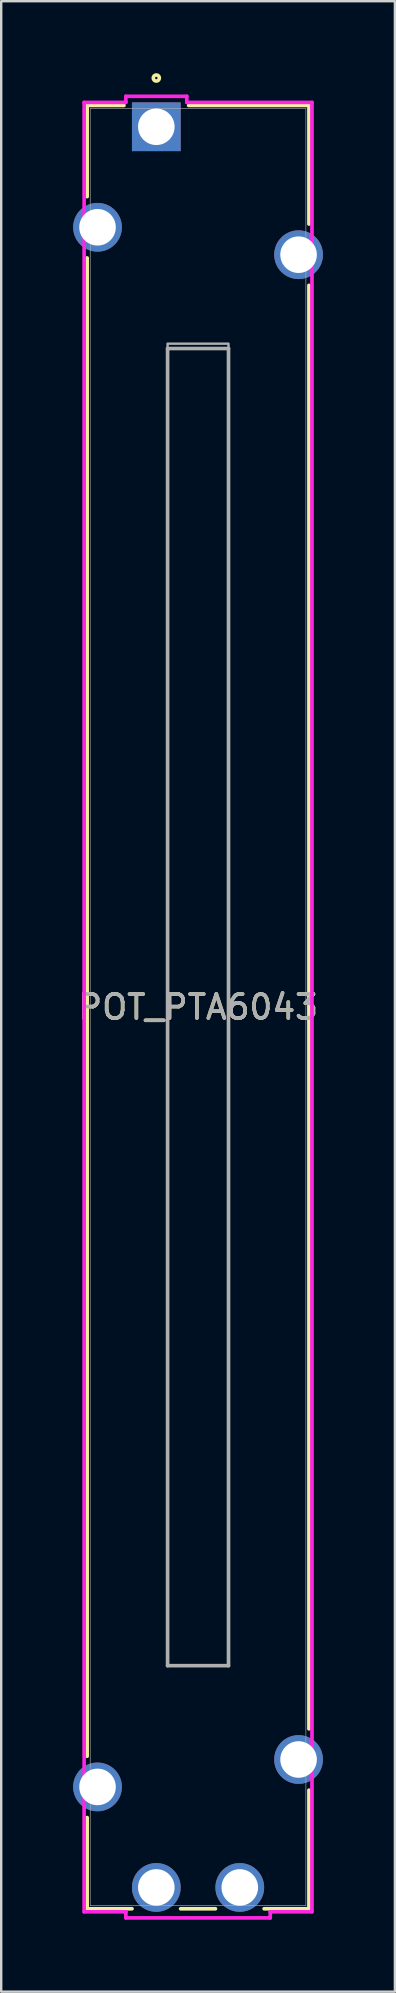
<source format=kicad_pcb>
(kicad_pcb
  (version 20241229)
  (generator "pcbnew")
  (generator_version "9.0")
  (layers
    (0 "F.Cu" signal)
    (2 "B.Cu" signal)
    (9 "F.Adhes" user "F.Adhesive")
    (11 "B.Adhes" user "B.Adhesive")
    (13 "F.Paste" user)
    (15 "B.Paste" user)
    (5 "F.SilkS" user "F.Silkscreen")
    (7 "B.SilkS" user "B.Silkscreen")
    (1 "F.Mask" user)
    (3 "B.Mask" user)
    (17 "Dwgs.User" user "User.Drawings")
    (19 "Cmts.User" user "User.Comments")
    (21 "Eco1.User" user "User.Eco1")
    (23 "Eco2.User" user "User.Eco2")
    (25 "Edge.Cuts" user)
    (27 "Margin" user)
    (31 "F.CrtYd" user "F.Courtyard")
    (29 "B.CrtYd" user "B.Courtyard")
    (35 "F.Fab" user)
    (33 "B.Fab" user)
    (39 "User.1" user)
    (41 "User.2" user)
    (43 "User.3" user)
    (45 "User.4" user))
  (footprint "POT_PTA6043"
    (layer "F.Cu")
    (at 3.467 2.235)
    (property "Reference" "POT_PTA6043" (at 1.74 36.703 0) (unlocked yes) (layer "F.SilkS") (effects (font (size 1 1) (thickness 0.15))))
    (attr through_hole)
    (fp_line (start -2.883 -0.889) (end -2.883 2.913) (stroke (width 0.152) (type solid)) (layer "F.SilkS"))
    (fp_line (start -2.883 5.469) (end -2.883 67.937) (stroke (width 0.152) (type solid)) (layer "F.SilkS"))
    (fp_line (start -2.883 70.493) (end -2.883 74.295) (stroke (width 0.152) (type solid)) (layer "F.SilkS"))
    (fp_line (start -2.883 74.295) (end -1.014 74.295) (stroke (width 0.152) (type solid)) (layer "F.SilkS"))
    (fp_line (start -1.349 -0.889) (end -2.883 -0.889) (stroke (width 0.152) (type solid)) (layer "F.SilkS"))
    (fp_line (start 1.014 74.295) (end 2.466 74.295) (stroke (width 0.152) (type solid)) (layer "F.SilkS"))
    (fp_line (start 4.494 74.295) (end 6.363 74.295) (stroke (width 0.152) (type solid)) (layer "F.SilkS"))
    (fp_line (start 6.363 -0.889) (end 1.349 -0.889) (stroke (width 0.152) (type solid)) (layer "F.SilkS"))
    (fp_line (start 6.363 4.056) (end 6.363 -0.889) (stroke (width 0.152) (type solid)) (layer "F.SilkS"))
    (fp_line (start 6.363 66.794) (end 6.363 6.612) (stroke (width 0.152) (type solid)) (layer "F.SilkS"))
    (fp_line (start 6.363 74.295) (end 6.363 69.35) (stroke (width 0.152) (type solid)) (layer "F.SilkS"))
    (fp_circle (center 0 -2.032) (end 0.127 -2.032) (stroke (width 0.152) (type solid)) (fill no) (layer "F.SilkS"))
    (fp_line (start -3.01 -1.016) (end -1.27 -1.016) (stroke (width 0.152) (type solid)) (layer "F.CrtYd"))
    (fp_line (start -3.01 74.422) (end -3.01 -1.016) (stroke (width 0.152) (type solid)) (layer "F.CrtYd"))
    (fp_line (start -1.27 -1.27) (end 1.27 -1.27) (stroke (width 0.152) (type solid)) (layer "F.CrtYd"))
    (fp_line (start -1.27 -1.016) (end -1.27 -1.27) (stroke (width 0.152) (type solid)) (layer "F.CrtYd"))
    (fp_line (start -1.27 74.422) (end -3.01 74.422) (stroke (width 0.152) (type solid)) (layer "F.CrtYd"))
    (fp_line (start -1.27 74.676) (end -1.27 74.422) (stroke (width 0.152) (type solid)) (layer "F.CrtYd"))
    (fp_line (start 1.27 -1.27) (end 1.27 -1.016) (stroke (width 0.152) (type solid)) (layer "F.CrtYd"))
    (fp_line (start 1.27 -1.016) (end 6.49 -1.016) (stroke (width 0.152) (type solid)) (layer "F.CrtYd"))
    (fp_line (start 4.75 74.422) (end 4.75 74.676) (stroke (width 0.152) (type solid)) (layer "F.CrtYd"))
    (fp_line (start 4.75 74.676) (end -1.27 74.676) (stroke (width 0.152) (type solid)) (layer "F.CrtYd"))
    (fp_line (start 6.49 -1.016) (end 6.49 74.422) (stroke (width 0.152) (type solid)) (layer "F.CrtYd"))
    (fp_line (start 6.49 74.422) (end 4.75 74.422) (stroke (width 0.152) (type solid)) (layer "F.CrtYd"))
    (fp_line (start -2.756 -0.762) (end -2.756 74.168) (stroke (width 0.025) (type solid)) (layer "F.Fab"))
    (fp_line (start -2.756 74.168) (end 6.236 74.168) (stroke (width 0.025) (type solid)) (layer "F.Fab"))
    (fp_line (start 0.47 9.246) (end 3.01 9.246) (stroke (width 0.152) (type solid)) (layer "F.Fab"))
    (fp_line (start 0.47 64.16) (end 0.47 9.246) (stroke (width 0.152) (type solid)) (layer "F.Fab"))
    (fp_line (start 3.01 9.246) (end 3.01 64.16) (stroke (width 0.152) (type solid)) (layer "F.Fab"))
    (fp_line (start 3.01 64.16) (end 0.47 64.16) (stroke (width 0.152) (type solid)) (layer "F.Fab"))
    (fp_line (start 6.236 -0.762) (end -2.756 -0.762) (stroke (width 0.025) (type solid)) (layer "F.Fab"))
    (fp_line (start 6.236 74.168) (end 6.236 -0.762) (stroke (width 0.025) (type solid)) (layer "F.Fab"))
    (fp_circle (center 0 -0.381) (end 0.127 -0.381) (stroke (width 0.025) (type solid)) (fill no) (layer "F.Fab"))
    (fp_poly (pts (xy 0.47 64.16) (xy 0.47 9.042) (xy 3.01 9.042) (xy 3.01 64.16)) (stroke (width 0.1) (type solid)) (fill no) (layer "F.Fab"))
    (fp_text user "${REFERENCE}" (at 1.74 36.703 0) (unlocked yes) (layer "F.Fab") (effects (font (size 1 1) (thickness 0.15))))
    (pad "1" thru_hole rect (at 0 0) (size 2.032 2.032) (drill 1.524) (layers "*.Cu" "*.Mask"))
    (pad "2" thru_hole circle (at 0 73.406) (size 2.032 2.032) (drill 1.524) (layers "*.Cu" "*.Mask"))
    (pad "3" thru_hole circle (at 3.48 73.406) (size 2.032 2.032) (drill 1.524) (layers "*.Cu" "*.Mask"))
    (pad "4" thru_hole circle (at -2.451 4.191) (size 2.032 2.032) (drill 1.524) (layers "*.Cu" "*.Mask"))
    (pad "5" thru_hole circle (at -2.451 69.215) (size 2.032 2.032) (drill 1.524) (layers "*.Cu" "*.Mask"))
    (pad "6" thru_hole circle (at 5.931 5.334) (size 2.032 2.032) (drill 1.524) (layers "*.Cu" "*.Mask"))
    (pad "7" thru_hole circle (at 5.931 68.072) (size 2.032 2.032) (drill 1.524) (layers "*.Cu" "*.Mask")))
  (gr_rect
    (start -3 -3)
    (end 13.414 79.987)
    (stroke (width 0.1) (type default))
    (fill no)
    (layer "Edge.Cuts")))
</source>
